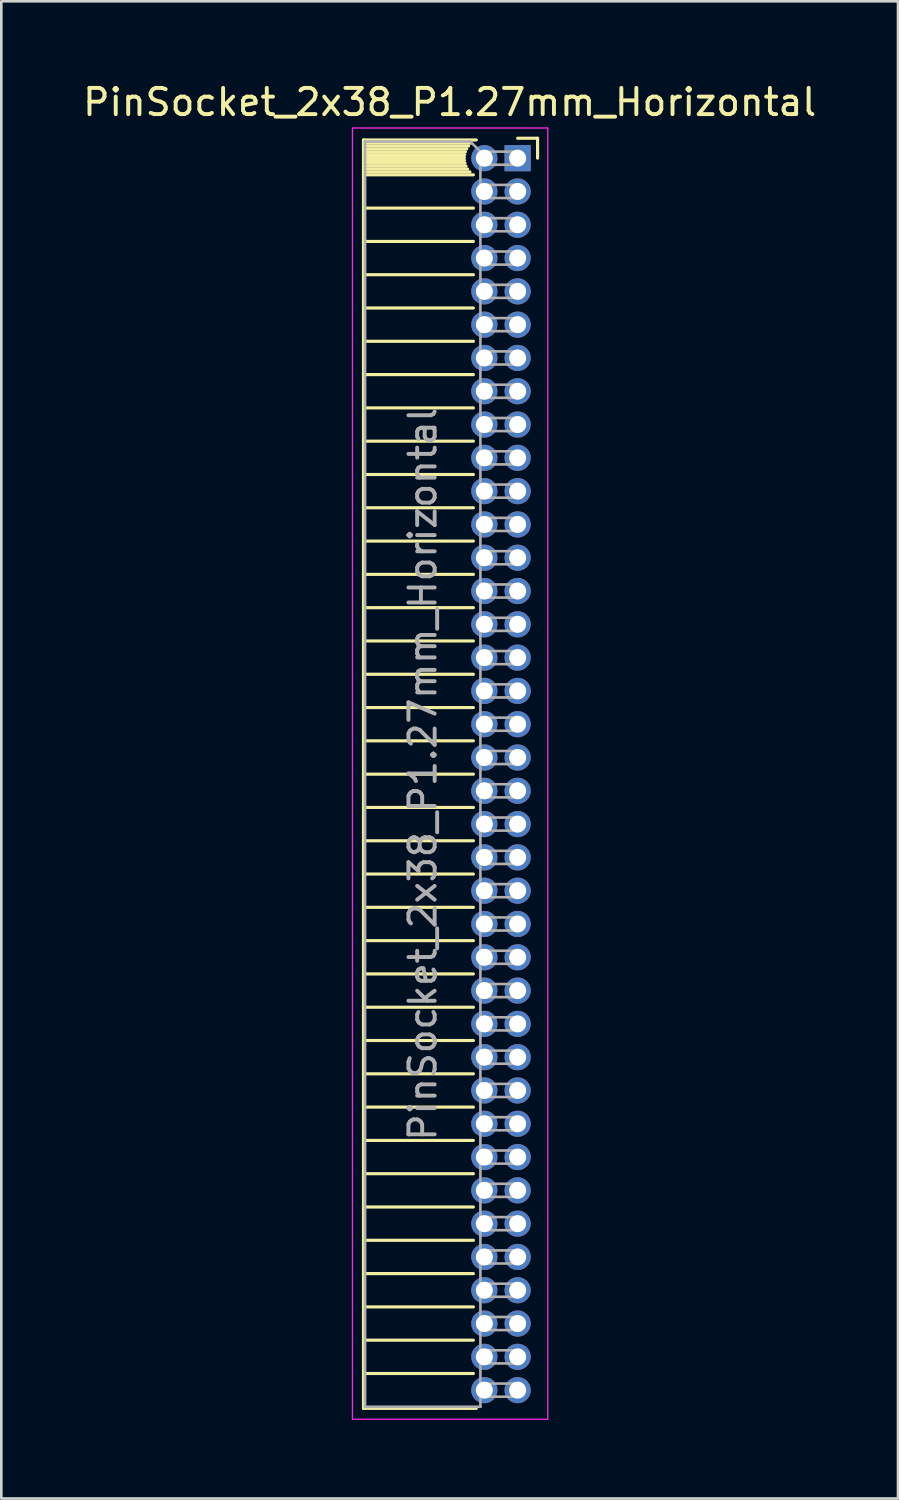
<source format=kicad_pcb>
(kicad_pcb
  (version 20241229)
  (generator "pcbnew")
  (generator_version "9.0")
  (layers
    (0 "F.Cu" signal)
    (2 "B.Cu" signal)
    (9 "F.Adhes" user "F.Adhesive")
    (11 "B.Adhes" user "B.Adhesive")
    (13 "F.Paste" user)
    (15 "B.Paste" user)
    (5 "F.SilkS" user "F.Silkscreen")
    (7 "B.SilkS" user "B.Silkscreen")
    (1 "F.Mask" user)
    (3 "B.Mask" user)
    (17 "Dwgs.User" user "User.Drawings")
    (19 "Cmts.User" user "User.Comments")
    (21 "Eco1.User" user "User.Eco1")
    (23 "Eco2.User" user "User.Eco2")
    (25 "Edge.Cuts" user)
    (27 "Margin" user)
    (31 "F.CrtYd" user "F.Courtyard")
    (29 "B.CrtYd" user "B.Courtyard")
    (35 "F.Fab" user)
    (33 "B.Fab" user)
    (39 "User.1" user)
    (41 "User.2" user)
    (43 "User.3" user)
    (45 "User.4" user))
  (footprint "PinSocket_2x38_P1.27mm_Horizontal"
    (layer "F.Cu")
    (at 16.694 2.983)
    (property "Reference" "PinSocket_2x38_P1.27mm_Horizontal" (at -2.592 -2.135 0) (layer "F.SilkS") (effects (font (size 1 1) (thickness 0.15))))
    (attr through_hole)
    (fp_line (start -5.88 -0.695) (end -5.88 47.685) (stroke (width 0.12) (type solid)) (layer "F.SilkS"))
    (fp_line (start -5.88 -0.695) (end -1.578 -0.695) (stroke (width 0.12) (type solid)) (layer "F.SilkS"))
    (fp_line (start -5.88 -0.575) (end -1.767 -0.575) (stroke (width 0.12) (type solid)) (layer "F.SilkS"))
    (fp_line (start -5.88 -0.465) (end -1.871 -0.465) (stroke (width 0.12) (type solid)) (layer "F.SilkS"))
    (fp_line (start -5.88 -0.355) (end -1.942 -0.355) (stroke (width 0.12) (type solid)) (layer "F.SilkS"))
    (fp_line (start -5.88 -0.245) (end -1.989 -0.245) (stroke (width 0.12) (type solid)) (layer "F.SilkS"))
    (fp_line (start -5.88 -0.135) (end -2.018 -0.135) (stroke (width 0.12) (type solid)) (layer "F.SilkS"))
    (fp_line (start -5.88 -0.025) (end -2.03 -0.025) (stroke (width 0.12) (type solid)) (layer "F.SilkS"))
    (fp_line (start -5.88 0.085) (end -2.025 0.085) (stroke (width 0.12) (type solid)) (layer "F.SilkS"))
    (fp_line (start -5.88 0.195) (end -2.005 0.195) (stroke (width 0.12) (type solid)) (layer "F.SilkS"))
    (fp_line (start -5.88 0.305) (end -1.966 0.305) (stroke (width 0.12) (type solid)) (layer "F.SilkS"))
    (fp_line (start -5.88 0.415) (end -1.907 0.415) (stroke (width 0.12) (type solid)) (layer "F.SilkS"))
    (fp_line (start -5.88 0.525) (end -1.82 0.525) (stroke (width 0.12) (type solid)) (layer "F.SilkS"))
    (fp_line (start -5.88 0.635) (end -1.688 0.635) (stroke (width 0.12) (type solid)) (layer "F.SilkS"))
    (fp_line (start -5.88 1.905) (end -1.688 1.905) (stroke (width 0.12) (type solid)) (layer "F.SilkS"))
    (fp_line (start -5.88 3.175) (end -1.688 3.175) (stroke (width 0.12) (type solid)) (layer "F.SilkS"))
    (fp_line (start -5.88 4.445) (end -1.688 4.445) (stroke (width 0.12) (type solid)) (layer "F.SilkS"))
    (fp_line (start -5.88 5.715) (end -1.688 5.715) (stroke (width 0.12) (type solid)) (layer "F.SilkS"))
    (fp_line (start -5.88 6.985) (end -1.688 6.985) (stroke (width 0.12) (type solid)) (layer "F.SilkS"))
    (fp_line (start -5.88 8.255) (end -1.688 8.255) (stroke (width 0.12) (type solid)) (layer "F.SilkS"))
    (fp_line (start -5.88 9.525) (end -1.688 9.525) (stroke (width 0.12) (type solid)) (layer "F.SilkS"))
    (fp_line (start -5.88 10.795) (end -1.688 10.795) (stroke (width 0.12) (type solid)) (layer "F.SilkS"))
    (fp_line (start -5.88 12.065) (end -1.688 12.065) (stroke (width 0.12) (type solid)) (layer "F.SilkS"))
    (fp_line (start -5.88 13.335) (end -1.688 13.335) (stroke (width 0.12) (type solid)) (layer "F.SilkS"))
    (fp_line (start -5.88 14.605) (end -1.688 14.605) (stroke (width 0.12) (type solid)) (layer "F.SilkS"))
    (fp_line (start -5.88 15.875) (end -1.688 15.875) (stroke (width 0.12) (type solid)) (layer "F.SilkS"))
    (fp_line (start -5.88 17.145) (end -1.688 17.145) (stroke (width 0.12) (type solid)) (layer "F.SilkS"))
    (fp_line (start -5.88 18.415) (end -1.688 18.415) (stroke (width 0.12) (type solid)) (layer "F.SilkS"))
    (fp_line (start -5.88 19.685) (end -1.688 19.685) (stroke (width 0.12) (type solid)) (layer "F.SilkS"))
    (fp_line (start -5.88 20.955) (end -1.688 20.955) (stroke (width 0.12) (type solid)) (layer "F.SilkS"))
    (fp_line (start -5.88 22.225) (end -1.688 22.225) (stroke (width 0.12) (type solid)) (layer "F.SilkS"))
    (fp_line (start -5.88 23.495) (end -1.688 23.495) (stroke (width 0.12) (type solid)) (layer "F.SilkS"))
    (fp_line (start -5.88 24.765) (end -1.688 24.765) (stroke (width 0.12) (type solid)) (layer "F.SilkS"))
    (fp_line (start -5.88 26.035) (end -1.688 26.035) (stroke (width 0.12) (type solid)) (layer "F.SilkS"))
    (fp_line (start -5.88 27.305) (end -1.688 27.305) (stroke (width 0.12) (type solid)) (layer "F.SilkS"))
    (fp_line (start -5.88 28.575) (end -1.688 28.575) (stroke (width 0.12) (type solid)) (layer "F.SilkS"))
    (fp_line (start -5.88 29.845) (end -1.688 29.845) (stroke (width 0.12) (type solid)) (layer "F.SilkS"))
    (fp_line (start -5.88 31.115) (end -1.688 31.115) (stroke (width 0.12) (type solid)) (layer "F.SilkS"))
    (fp_line (start -5.88 32.385) (end -1.688 32.385) (stroke (width 0.12) (type solid)) (layer "F.SilkS"))
    (fp_line (start -5.88 33.655) (end -1.688 33.655) (stroke (width 0.12) (type solid)) (layer "F.SilkS"))
    (fp_line (start -5.88 34.925) (end -1.688 34.925) (stroke (width 0.12) (type solid)) (layer "F.SilkS"))
    (fp_line (start -5.88 36.195) (end -1.688 36.195) (stroke (width 0.12) (type solid)) (layer "F.SilkS"))
    (fp_line (start -5.88 37.465) (end -1.688 37.465) (stroke (width 0.12) (type solid)) (layer "F.SilkS"))
    (fp_line (start -5.88 38.735) (end -1.688 38.735) (stroke (width 0.12) (type solid)) (layer "F.SilkS"))
    (fp_line (start -5.88 40.005) (end -1.688 40.005) (stroke (width 0.12) (type solid)) (layer "F.SilkS"))
    (fp_line (start -5.88 41.275) (end -1.688 41.275) (stroke (width 0.12) (type solid)) (layer "F.SilkS"))
    (fp_line (start -5.88 42.545) (end -1.688 42.545) (stroke (width 0.12) (type solid)) (layer "F.SilkS"))
    (fp_line (start -5.88 43.815) (end -1.688 43.815) (stroke (width 0.12) (type solid)) (layer "F.SilkS"))
    (fp_line (start -5.88 45.085) (end -1.688 45.085) (stroke (width 0.12) (type solid)) (layer "F.SilkS"))
    (fp_line (start -5.88 46.355) (end -1.688 46.355) (stroke (width 0.12) (type solid)) (layer "F.SilkS"))
    (fp_line (start -5.88 47.685) (end -1.578 47.685) (stroke (width 0.12) (type solid)) (layer "F.SilkS"))
    (fp_line (start 0 -0.76) (end 0.76 -0.76) (stroke (width 0.12) (type solid)) (layer "F.SilkS"))
    (fp_line (start 0.76 -0.76) (end 0.76 0) (stroke (width 0.12) (type solid)) (layer "F.SilkS"))
    (fp_line (start -6.3 -1.15) (end -6.3 48.1) (stroke (width 0.05) (type solid)) (layer "F.CrtYd"))
    (fp_line (start -6.3 48.1) (end 1.15 48.1) (stroke (width 0.05) (type solid)) (layer "F.CrtYd"))
    (fp_line (start 1.15 -1.15) (end -6.3 -1.15) (stroke (width 0.05) (type solid)) (layer "F.CrtYd"))
    (fp_line (start 1.15 48.1) (end 1.15 -1.15) (stroke (width 0.05) (type solid)) (layer "F.CrtYd"))
    (fp_line (start -5.82 -0.635) (end -1.805 -0.635) (stroke (width 0.1) (type solid)) (layer "F.Fab"))
    (fp_line (start -5.82 47.625) (end -5.82 -0.635) (stroke (width 0.1) (type solid)) (layer "F.Fab"))
    (fp_line (start -1.805 -0.635) (end -1.42 -0.25) (stroke (width 0.1) (type solid)) (layer "F.Fab"))
    (fp_line (start -1.42 -0.25) (end -1.42 47.625) (stroke (width 0.1) (type solid)) (layer "F.Fab"))
    (fp_line (start -1.42 0.25) (end 0 0.25) (stroke (width 0.1) (type solid)) (layer "F.Fab"))
    (fp_line (start -1.42 1.52) (end 0 1.52) (stroke (width 0.1) (type solid)) (layer "F.Fab"))
    (fp_line (start -1.42 2.79) (end 0 2.79) (stroke (width 0.1) (type solid)) (layer "F.Fab"))
    (fp_line (start -1.42 4.06) (end 0 4.06) (stroke (width 0.1) (type solid)) (layer "F.Fab"))
    (fp_line (start -1.42 5.33) (end 0 5.33) (stroke (width 0.1) (type solid)) (layer "F.Fab"))
    (fp_line (start -1.42 6.6) (end 0 6.6) (stroke (width 0.1) (type solid)) (layer "F.Fab"))
    (fp_line (start -1.42 7.87) (end 0 7.87) (stroke (width 0.1) (type solid)) (layer "F.Fab"))
    (fp_line (start -1.42 9.14) (end 0 9.14) (stroke (width 0.1) (type solid)) (layer "F.Fab"))
    (fp_line (start -1.42 10.41) (end 0 10.41) (stroke (width 0.1) (type solid)) (layer "F.Fab"))
    (fp_line (start -1.42 11.68) (end 0 11.68) (stroke (width 0.1) (type solid)) (layer "F.Fab"))
    (fp_line (start -1.42 12.95) (end 0 12.95) (stroke (width 0.1) (type solid)) (layer "F.Fab"))
    (fp_line (start -1.42 14.22) (end 0 14.22) (stroke (width 0.1) (type solid)) (layer "F.Fab"))
    (fp_line (start -1.42 15.49) (end 0 15.49) (stroke (width 0.1) (type solid)) (layer "F.Fab"))
    (fp_line (start -1.42 16.76) (end 0 16.76) (stroke (width 0.1) (type solid)) (layer "F.Fab"))
    (fp_line (start -1.42 18.03) (end 0 18.03) (stroke (width 0.1) (type solid)) (layer "F.Fab"))
    (fp_line (start -1.42 19.3) (end 0 19.3) (stroke (width 0.1) (type solid)) (layer "F.Fab"))
    (fp_line (start -1.42 20.57) (end 0 20.57) (stroke (width 0.1) (type solid)) (layer "F.Fab"))
    (fp_line (start -1.42 21.84) (end 0 21.84) (stroke (width 0.1) (type solid)) (layer "F.Fab"))
    (fp_line (start -1.42 23.11) (end 0 23.11) (stroke (width 0.1) (type solid)) (layer "F.Fab"))
    (fp_line (start -1.42 24.38) (end 0 24.38) (stroke (width 0.1) (type solid)) (layer "F.Fab"))
    (fp_line (start -1.42 25.65) (end 0 25.65) (stroke (width 0.1) (type solid)) (layer "F.Fab"))
    (fp_line (start -1.42 26.92) (end 0 26.92) (stroke (width 0.1) (type solid)) (layer "F.Fab"))
    (fp_line (start -1.42 28.19) (end 0 28.19) (stroke (width 0.1) (type solid)) (layer "F.Fab"))
    (fp_line (start -1.42 29.46) (end 0 29.46) (stroke (width 0.1) (type solid)) (layer "F.Fab"))
    (fp_line (start -1.42 30.73) (end 0 30.73) (stroke (width 0.1) (type solid)) (layer "F.Fab"))
    (fp_line (start -1.42 32) (end 0 32) (stroke (width 0.1) (type solid)) (layer "F.Fab"))
    (fp_line (start -1.42 33.27) (end 0 33.27) (stroke (width 0.1) (type solid)) (layer "F.Fab"))
    (fp_line (start -1.42 34.54) (end 0 34.54) (stroke (width 0.1) (type solid)) (layer "F.Fab"))
    (fp_line (start -1.42 35.81) (end 0 35.81) (stroke (width 0.1) (type solid)) (layer "F.Fab"))
    (fp_line (start -1.42 37.08) (end 0 37.08) (stroke (width 0.1) (type solid)) (layer "F.Fab"))
    (fp_line (start -1.42 38.35) (end 0 38.35) (stroke (width 0.1) (type solid)) (layer "F.Fab"))
    (fp_line (start -1.42 39.62) (end 0 39.62) (stroke (width 0.1) (type solid)) (layer "F.Fab"))
    (fp_line (start -1.42 40.89) (end 0 40.89) (stroke (width 0.1) (type solid)) (layer "F.Fab"))
    (fp_line (start -1.42 42.16) (end 0 42.16) (stroke (width 0.1) (type solid)) (layer "F.Fab"))
    (fp_line (start -1.42 43.43) (end 0 43.43) (stroke (width 0.1) (type solid)) (layer "F.Fab"))
    (fp_line (start -1.42 44.7) (end 0 44.7) (stroke (width 0.1) (type solid)) (layer "F.Fab"))
    (fp_line (start -1.42 45.97) (end 0 45.97) (stroke (width 0.1) (type solid)) (layer "F.Fab"))
    (fp_line (start -1.42 47.24) (end 0 47.24) (stroke (width 0.1) (type solid)) (layer "F.Fab"))
    (fp_line (start -1.42 47.625) (end -5.82 47.625) (stroke (width 0.1) (type solid)) (layer "F.Fab"))
    (fp_line (start 0 -0.25) (end -1.42 -0.25) (stroke (width 0.1) (type solid)) (layer "F.Fab"))
    (fp_line (start 0 0.25) (end 0 -0.25) (stroke (width 0.1) (type solid)) (layer "F.Fab"))
    (fp_line (start 0 1.02) (end -1.42 1.02) (stroke (width 0.1) (type solid)) (layer "F.Fab"))
    (fp_line (start 0 1.52) (end 0 1.02) (stroke (width 0.1) (type solid)) (layer "F.Fab"))
    (fp_line (start 0 2.29) (end -1.42 2.29) (stroke (width 0.1) (type solid)) (layer "F.Fab"))
    (fp_line (start 0 2.79) (end 0 2.29) (stroke (width 0.1) (type solid)) (layer "F.Fab"))
    (fp_line (start 0 3.56) (end -1.42 3.56) (stroke (width 0.1) (type solid)) (layer "F.Fab"))
    (fp_line (start 0 4.06) (end 0 3.56) (stroke (width 0.1) (type solid)) (layer "F.Fab"))
    (fp_line (start 0 4.83) (end -1.42 4.83) (stroke (width 0.1) (type solid)) (layer "F.Fab"))
    (fp_line (start 0 5.33) (end 0 4.83) (stroke (width 0.1) (type solid)) (layer "F.Fab"))
    (fp_line (start 0 6.1) (end -1.42 6.1) (stroke (width 0.1) (type solid)) (layer "F.Fab"))
    (fp_line (start 0 6.6) (end 0 6.1) (stroke (width 0.1) (type solid)) (layer "F.Fab"))
    (fp_line (start 0 7.37) (end -1.42 7.37) (stroke (width 0.1) (type solid)) (layer "F.Fab"))
    (fp_line (start 0 7.87) (end 0 7.37) (stroke (width 0.1) (type solid)) (layer "F.Fab"))
    (fp_line (start 0 8.64) (end -1.42 8.64) (stroke (width 0.1) (type solid)) (layer "F.Fab"))
    (fp_line (start 0 9.14) (end 0 8.64) (stroke (width 0.1) (type solid)) (layer "F.Fab"))
    (fp_line (start 0 9.91) (end -1.42 9.91) (stroke (width 0.1) (type solid)) (layer "F.Fab"))
    (fp_line (start 0 10.41) (end 0 9.91) (stroke (width 0.1) (type solid)) (layer "F.Fab"))
    (fp_line (start 0 11.18) (end -1.42 11.18) (stroke (width 0.1) (type solid)) (layer "F.Fab"))
    (fp_line (start 0 11.68) (end 0 11.18) (stroke (width 0.1) (type solid)) (layer "F.Fab"))
    (fp_line (start 0 12.45) (end -1.42 12.45) (stroke (width 0.1) (type solid)) (layer "F.Fab"))
    (fp_line (start 0 12.95) (end 0 12.45) (stroke (width 0.1) (type solid)) (layer "F.Fab"))
    (fp_line (start 0 13.72) (end -1.42 13.72) (stroke (width 0.1) (type solid)) (layer "F.Fab"))
    (fp_line (start 0 14.22) (end 0 13.72) (stroke (width 0.1) (type solid)) (layer "F.Fab"))
    (fp_line (start 0 14.99) (end -1.42 14.99) (stroke (width 0.1) (type solid)) (layer "F.Fab"))
    (fp_line (start 0 15.49) (end 0 14.99) (stroke (width 0.1) (type solid)) (layer "F.Fab"))
    (fp_line (start 0 16.26) (end -1.42 16.26) (stroke (width 0.1) (type solid)) (layer "F.Fab"))
    (fp_line (start 0 16.76) (end 0 16.26) (stroke (width 0.1) (type solid)) (layer "F.Fab"))
    (fp_line (start 0 17.53) (end -1.42 17.53) (stroke (width 0.1) (type solid)) (layer "F.Fab"))
    (fp_line (start 0 18.03) (end 0 17.53) (stroke (width 0.1) (type solid)) (layer "F.Fab"))
    (fp_line (start 0 18.8) (end -1.42 18.8) (stroke (width 0.1) (type solid)) (layer "F.Fab"))
    (fp_line (start 0 19.3) (end 0 18.8) (stroke (width 0.1) (type solid)) (layer "F.Fab"))
    (fp_line (start 0 20.07) (end -1.42 20.07) (stroke (width 0.1) (type solid)) (layer "F.Fab"))
    (fp_line (start 0 20.57) (end 0 20.07) (stroke (width 0.1) (type solid)) (layer "F.Fab"))
    (fp_line (start 0 21.34) (end -1.42 21.34) (stroke (width 0.1) (type solid)) (layer "F.Fab"))
    (fp_line (start 0 21.84) (end 0 21.34) (stroke (width 0.1) (type solid)) (layer "F.Fab"))
    (fp_line (start 0 22.61) (end -1.42 22.61) (stroke (width 0.1) (type solid)) (layer "F.Fab"))
    (fp_line (start 0 23.11) (end 0 22.61) (stroke (width 0.1) (type solid)) (layer "F.Fab"))
    (fp_line (start 0 23.88) (end -1.42 23.88) (stroke (width 0.1) (type solid)) (layer "F.Fab"))
    (fp_line (start 0 24.38) (end 0 23.88) (stroke (width 0.1) (type solid)) (layer "F.Fab"))
    (fp_line (start 0 25.15) (end -1.42 25.15) (stroke (width 0.1) (type solid)) (layer "F.Fab"))
    (fp_line (start 0 25.65) (end 0 25.15) (stroke (width 0.1) (type solid)) (layer "F.Fab"))
    (fp_line (start 0 26.42) (end -1.42 26.42) (stroke (width 0.1) (type solid)) (layer "F.Fab"))
    (fp_line (start 0 26.92) (end 0 26.42) (stroke (width 0.1) (type solid)) (layer "F.Fab"))
    (fp_line (start 0 27.69) (end -1.42 27.69) (stroke (width 0.1) (type solid)) (layer "F.Fab"))
    (fp_line (start 0 28.19) (end 0 27.69) (stroke (width 0.1) (type solid)) (layer "F.Fab"))
    (fp_line (start 0 28.96) (end -1.42 28.96) (stroke (width 0.1) (type solid)) (layer "F.Fab"))
    (fp_line (start 0 29.46) (end 0 28.96) (stroke (width 0.1) (type solid)) (layer "F.Fab"))
    (fp_line (start 0 30.23) (end -1.42 30.23) (stroke (width 0.1) (type solid)) (layer "F.Fab"))
    (fp_line (start 0 30.73) (end 0 30.23) (stroke (width 0.1) (type solid)) (layer "F.Fab"))
    (fp_line (start 0 31.5) (end -1.42 31.5) (stroke (width 0.1) (type solid)) (layer "F.Fab"))
    (fp_line (start 0 32) (end 0 31.5) (stroke (width 0.1) (type solid)) (layer "F.Fab"))
    (fp_line (start 0 32.77) (end -1.42 32.77) (stroke (width 0.1) (type solid)) (layer "F.Fab"))
    (fp_line (start 0 33.27) (end 0 32.77) (stroke (width 0.1) (type solid)) (layer "F.Fab"))
    (fp_line (start 0 34.04) (end -1.42 34.04) (stroke (width 0.1) (type solid)) (layer "F.Fab"))
    (fp_line (start 0 34.54) (end 0 34.04) (stroke (width 0.1) (type solid)) (layer "F.Fab"))
    (fp_line (start 0 35.31) (end -1.42 35.31) (stroke (width 0.1) (type solid)) (layer "F.Fab"))
    (fp_line (start 0 35.81) (end 0 35.31) (stroke (width 0.1) (type solid)) (layer "F.Fab"))
    (fp_line (start 0 36.58) (end -1.42 36.58) (stroke (width 0.1) (type solid)) (layer "F.Fab"))
    (fp_line (start 0 37.08) (end 0 36.58) (stroke (width 0.1) (type solid)) (layer "F.Fab"))
    (fp_line (start 0 37.85) (end -1.42 37.85) (stroke (width 0.1) (type solid)) (layer "F.Fab"))
    (fp_line (start 0 38.35) (end 0 37.85) (stroke (width 0.1) (type solid)) (layer "F.Fab"))
    (fp_line (start 0 39.12) (end -1.42 39.12) (stroke (width 0.1) (type solid)) (layer "F.Fab"))
    (fp_line (start 0 39.62) (end 0 39.12) (stroke (width 0.1) (type solid)) (layer "F.Fab"))
    (fp_line (start 0 40.39) (end -1.42 40.39) (stroke (width 0.1) (type solid)) (layer "F.Fab"))
    (fp_line (start 0 40.89) (end 0 40.39) (stroke (width 0.1) (type solid)) (layer "F.Fab"))
    (fp_line (start 0 41.66) (end -1.42 41.66) (stroke (width 0.1) (type solid)) (layer "F.Fab"))
    (fp_line (start 0 42.16) (end 0 41.66) (stroke (width 0.1) (type solid)) (layer "F.Fab"))
    (fp_line (start 0 42.93) (end -1.42 42.93) (stroke (width 0.1) (type solid)) (layer "F.Fab"))
    (fp_line (start 0 43.43) (end 0 42.93) (stroke (width 0.1) (type solid)) (layer "F.Fab"))
    (fp_line (start 0 44.2) (end -1.42 44.2) (stroke (width 0.1) (type solid)) (layer "F.Fab"))
    (fp_line (start 0 44.7) (end 0 44.2) (stroke (width 0.1) (type solid)) (layer "F.Fab"))
    (fp_line (start 0 45.47) (end -1.42 45.47) (stroke (width 0.1) (type solid)) (layer "F.Fab"))
    (fp_line (start 0 45.97) (end 0 45.47) (stroke (width 0.1) (type solid)) (layer "F.Fab"))
    (fp_line (start 0 46.74) (end -1.42 46.74) (stroke (width 0.1) (type solid)) (layer "F.Fab"))
    (fp_line (start 0 47.24) (end 0 46.74) (stroke (width 0.1) (type solid)) (layer "F.Fab"))
    (fp_text user "${REFERENCE}" (at -3.62 23.495 90) (layer "F.Fab") (effects (font (size 1 1) (thickness 0.15))))
    (pad "1" thru_hole rect (at 0 0) (size 1 1) (drill 0.65) (layers "*.Cu" "*.Mask"))
    (pad "2" thru_hole circle (at -1.27 0) (size 1 1) (drill 0.65) (layers "*.Cu" "*.Mask"))
    (pad "3" thru_hole circle (at 0 1.27) (size 1 1) (drill 0.65) (layers "*.Cu" "*.Mask"))
    (pad "4" thru_hole circle (at -1.27 1.27) (size 1 1) (drill 0.65) (layers "*.Cu" "*.Mask"))
    (pad "5" thru_hole circle (at 0 2.54) (size 1 1) (drill 0.65) (layers "*.Cu" "*.Mask"))
    (pad "6" thru_hole circle (at -1.27 2.54) (size 1 1) (drill 0.65) (layers "*.Cu" "*.Mask"))
    (pad "7" thru_hole circle (at 0 3.81) (size 1 1) (drill 0.65) (layers "*.Cu" "*.Mask"))
    (pad "8" thru_hole circle (at -1.27 3.81) (size 1 1) (drill 0.65) (layers "*.Cu" "*.Mask"))
    (pad "9" thru_hole circle (at 0 5.08) (size 1 1) (drill 0.65) (layers "*.Cu" "*.Mask"))
    (pad "10" thru_hole circle (at -1.27 5.08) (size 1 1) (drill 0.65) (layers "*.Cu" "*.Mask"))
    (pad "11" thru_hole circle (at 0 6.35) (size 1 1) (drill 0.65) (layers "*.Cu" "*.Mask"))
    (pad "12" thru_hole circle (at -1.27 6.35) (size 1 1) (drill 0.65) (layers "*.Cu" "*.Mask"))
    (pad "13" thru_hole circle (at 0 7.62) (size 1 1) (drill 0.65) (layers "*.Cu" "*.Mask"))
    (pad "14" thru_hole circle (at -1.27 7.62) (size 1 1) (drill 0.65) (layers "*.Cu" "*.Mask"))
    (pad "15" thru_hole circle (at 0 8.89) (size 1 1) (drill 0.65) (layers "*.Cu" "*.Mask"))
    (pad "16" thru_hole circle (at -1.27 8.89) (size 1 1) (drill 0.65) (layers "*.Cu" "*.Mask"))
    (pad "17" thru_hole circle (at 0 10.16) (size 1 1) (drill 0.65) (layers "*.Cu" "*.Mask"))
    (pad "18" thru_hole circle (at -1.27 10.16) (size 1 1) (drill 0.65) (layers "*.Cu" "*.Mask"))
    (pad "19" thru_hole circle (at 0 11.43) (size 1 1) (drill 0.65) (layers "*.Cu" "*.Mask"))
    (pad "20" thru_hole circle (at -1.27 11.43) (size 1 1) (drill 0.65) (layers "*.Cu" "*.Mask"))
    (pad "21" thru_hole circle (at 0 12.7) (size 1 1) (drill 0.65) (layers "*.Cu" "*.Mask"))
    (pad "22" thru_hole circle (at -1.27 12.7) (size 1 1) (drill 0.65) (layers "*.Cu" "*.Mask"))
    (pad "23" thru_hole circle (at 0 13.97) (size 1 1) (drill 0.65) (layers "*.Cu" "*.Mask"))
    (pad "24" thru_hole circle (at -1.27 13.97) (size 1 1) (drill 0.65) (layers "*.Cu" "*.Mask"))
    (pad "25" thru_hole circle (at 0 15.24) (size 1 1) (drill 0.65) (layers "*.Cu" "*.Mask"))
    (pad "26" thru_hole circle (at -1.27 15.24) (size 1 1) (drill 0.65) (layers "*.Cu" "*.Mask"))
    (pad "27" thru_hole circle (at 0 16.51) (size 1 1) (drill 0.65) (layers "*.Cu" "*.Mask"))
    (pad "28" thru_hole circle (at -1.27 16.51) (size 1 1) (drill 0.65) (layers "*.Cu" "*.Mask"))
    (pad "29" thru_hole circle (at 0 17.78) (size 1 1) (drill 0.65) (layers "*.Cu" "*.Mask"))
    (pad "30" thru_hole circle (at -1.27 17.78) (size 1 1) (drill 0.65) (layers "*.Cu" "*.Mask"))
    (pad "31" thru_hole circle (at 0 19.05) (size 1 1) (drill 0.65) (layers "*.Cu" "*.Mask"))
    (pad "32" thru_hole circle (at -1.27 19.05) (size 1 1) (drill 0.65) (layers "*.Cu" "*.Mask"))
    (pad "33" thru_hole circle (at 0 20.32) (size 1 1) (drill 0.65) (layers "*.Cu" "*.Mask"))
    (pad "34" thru_hole circle (at -1.27 20.32) (size 1 1) (drill 0.65) (layers "*.Cu" "*.Mask"))
    (pad "35" thru_hole circle (at 0 21.59) (size 1 1) (drill 0.65) (layers "*.Cu" "*.Mask"))
    (pad "36" thru_hole circle (at -1.27 21.59) (size 1 1) (drill 0.65) (layers "*.Cu" "*.Mask"))
    (pad "37" thru_hole circle (at 0 22.86) (size 1 1) (drill 0.65) (layers "*.Cu" "*.Mask"))
    (pad "38" thru_hole circle (at -1.27 22.86) (size 1 1) (drill 0.65) (layers "*.Cu" "*.Mask"))
    (pad "39" thru_hole circle (at 0 24.13) (size 1 1) (drill 0.65) (layers "*.Cu" "*.Mask"))
    (pad "40" thru_hole circle (at -1.27 24.13) (size 1 1) (drill 0.65) (layers "*.Cu" "*.Mask"))
    (pad "41" thru_hole circle (at 0 25.4) (size 1 1) (drill 0.65) (layers "*.Cu" "*.Mask"))
    (pad "42" thru_hole circle (at -1.27 25.4) (size 1 1) (drill 0.65) (layers "*.Cu" "*.Mask"))
    (pad "43" thru_hole circle (at 0 26.67) (size 1 1) (drill 0.65) (layers "*.Cu" "*.Mask"))
    (pad "44" thru_hole circle (at -1.27 26.67) (size 1 1) (drill 0.65) (layers "*.Cu" "*.Mask"))
    (pad "45" thru_hole circle (at 0 27.94) (size 1 1) (drill 0.65) (layers "*.Cu" "*.Mask"))
    (pad "46" thru_hole circle (at -1.27 27.94) (size 1 1) (drill 0.65) (layers "*.Cu" "*.Mask"))
    (pad "47" thru_hole circle (at 0 29.21) (size 1 1) (drill 0.65) (layers "*.Cu" "*.Mask"))
    (pad "48" thru_hole circle (at -1.27 29.21) (size 1 1) (drill 0.65) (layers "*.Cu" "*.Mask"))
    (pad "49" thru_hole circle (at 0 30.48) (size 1 1) (drill 0.65) (layers "*.Cu" "*.Mask"))
    (pad "50" thru_hole circle (at -1.27 30.48) (size 1 1) (drill 0.65) (layers "*.Cu" "*.Mask"))
    (pad "51" thru_hole circle (at 0 31.75) (size 1 1) (drill 0.65) (layers "*.Cu" "*.Mask"))
    (pad "52" thru_hole circle (at -1.27 31.75) (size 1 1) (drill 0.65) (layers "*.Cu" "*.Mask"))
    (pad "53" thru_hole circle (at 0 33.02) (size 1 1) (drill 0.65) (layers "*.Cu" "*.Mask"))
    (pad "54" thru_hole circle (at -1.27 33.02) (size 1 1) (drill 0.65) (layers "*.Cu" "*.Mask"))
    (pad "55" thru_hole circle (at 0 34.29) (size 1 1) (drill 0.65) (layers "*.Cu" "*.Mask"))
    (pad "56" thru_hole circle (at -1.27 34.29) (size 1 1) (drill 0.65) (layers "*.Cu" "*.Mask"))
    (pad "57" thru_hole circle (at 0 35.56) (size 1 1) (drill 0.65) (layers "*.Cu" "*.Mask"))
    (pad "58" thru_hole circle (at -1.27 35.56) (size 1 1) (drill 0.65) (layers "*.Cu" "*.Mask"))
    (pad "59" thru_hole circle (at 0 36.83) (size 1 1) (drill 0.65) (layers "*.Cu" "*.Mask"))
    (pad "60" thru_hole circle (at -1.27 36.83) (size 1 1) (drill 0.65) (layers "*.Cu" "*.Mask"))
    (pad "61" thru_hole circle (at 0 38.1) (size 1 1) (drill 0.65) (layers "*.Cu" "*.Mask"))
    (pad "62" thru_hole circle (at -1.27 38.1) (size 1 1) (drill 0.65) (layers "*.Cu" "*.Mask"))
    (pad "63" thru_hole circle (at 0 39.37) (size 1 1) (drill 0.65) (layers "*.Cu" "*.Mask"))
    (pad "64" thru_hole circle (at -1.27 39.37) (size 1 1) (drill 0.65) (layers "*.Cu" "*.Mask"))
    (pad "65" thru_hole circle (at 0 40.64) (size 1 1) (drill 0.65) (layers "*.Cu" "*.Mask"))
    (pad "66" thru_hole circle (at -1.27 40.64) (size 1 1) (drill 0.65) (layers "*.Cu" "*.Mask"))
    (pad "67" thru_hole circle (at 0 41.91) (size 1 1) (drill 0.65) (layers "*.Cu" "*.Mask"))
    (pad "68" thru_hole circle (at -1.27 41.91) (size 1 1) (drill 0.65) (layers "*.Cu" "*.Mask"))
    (pad "69" thru_hole circle (at 0 43.18) (size 1 1) (drill 0.65) (layers "*.Cu" "*.Mask"))
    (pad "70" thru_hole circle (at -1.27 43.18) (size 1 1) (drill 0.65) (layers "*.Cu" "*.Mask"))
    (pad "71" thru_hole circle (at 0 44.45) (size 1 1) (drill 0.65) (layers "*.Cu" "*.Mask"))
    (pad "72" thru_hole circle (at -1.27 44.45) (size 1 1) (drill 0.65) (layers "*.Cu" "*.Mask"))
    (pad "73" thru_hole circle (at 0 45.72) (size 1 1) (drill 0.65) (layers "*.Cu" "*.Mask"))
    (pad "74" thru_hole circle (at -1.27 45.72) (size 1 1) (drill 0.65) (layers "*.Cu" "*.Mask"))
    (pad "75" thru_hole circle (at 0 46.99) (size 1 1) (drill 0.65) (layers "*.Cu" "*.Mask"))
    (pad "76" thru_hole circle (at -1.27 46.99) (size 1 1) (drill 0.65) (layers "*.Cu" "*.Mask")))
  (gr_rect
    (start -3 -3)
    (end 31.202 54.108)
    (stroke (width 0.1) (type default))
    (fill no)
    (layer "Edge.Cuts")))
</source>
